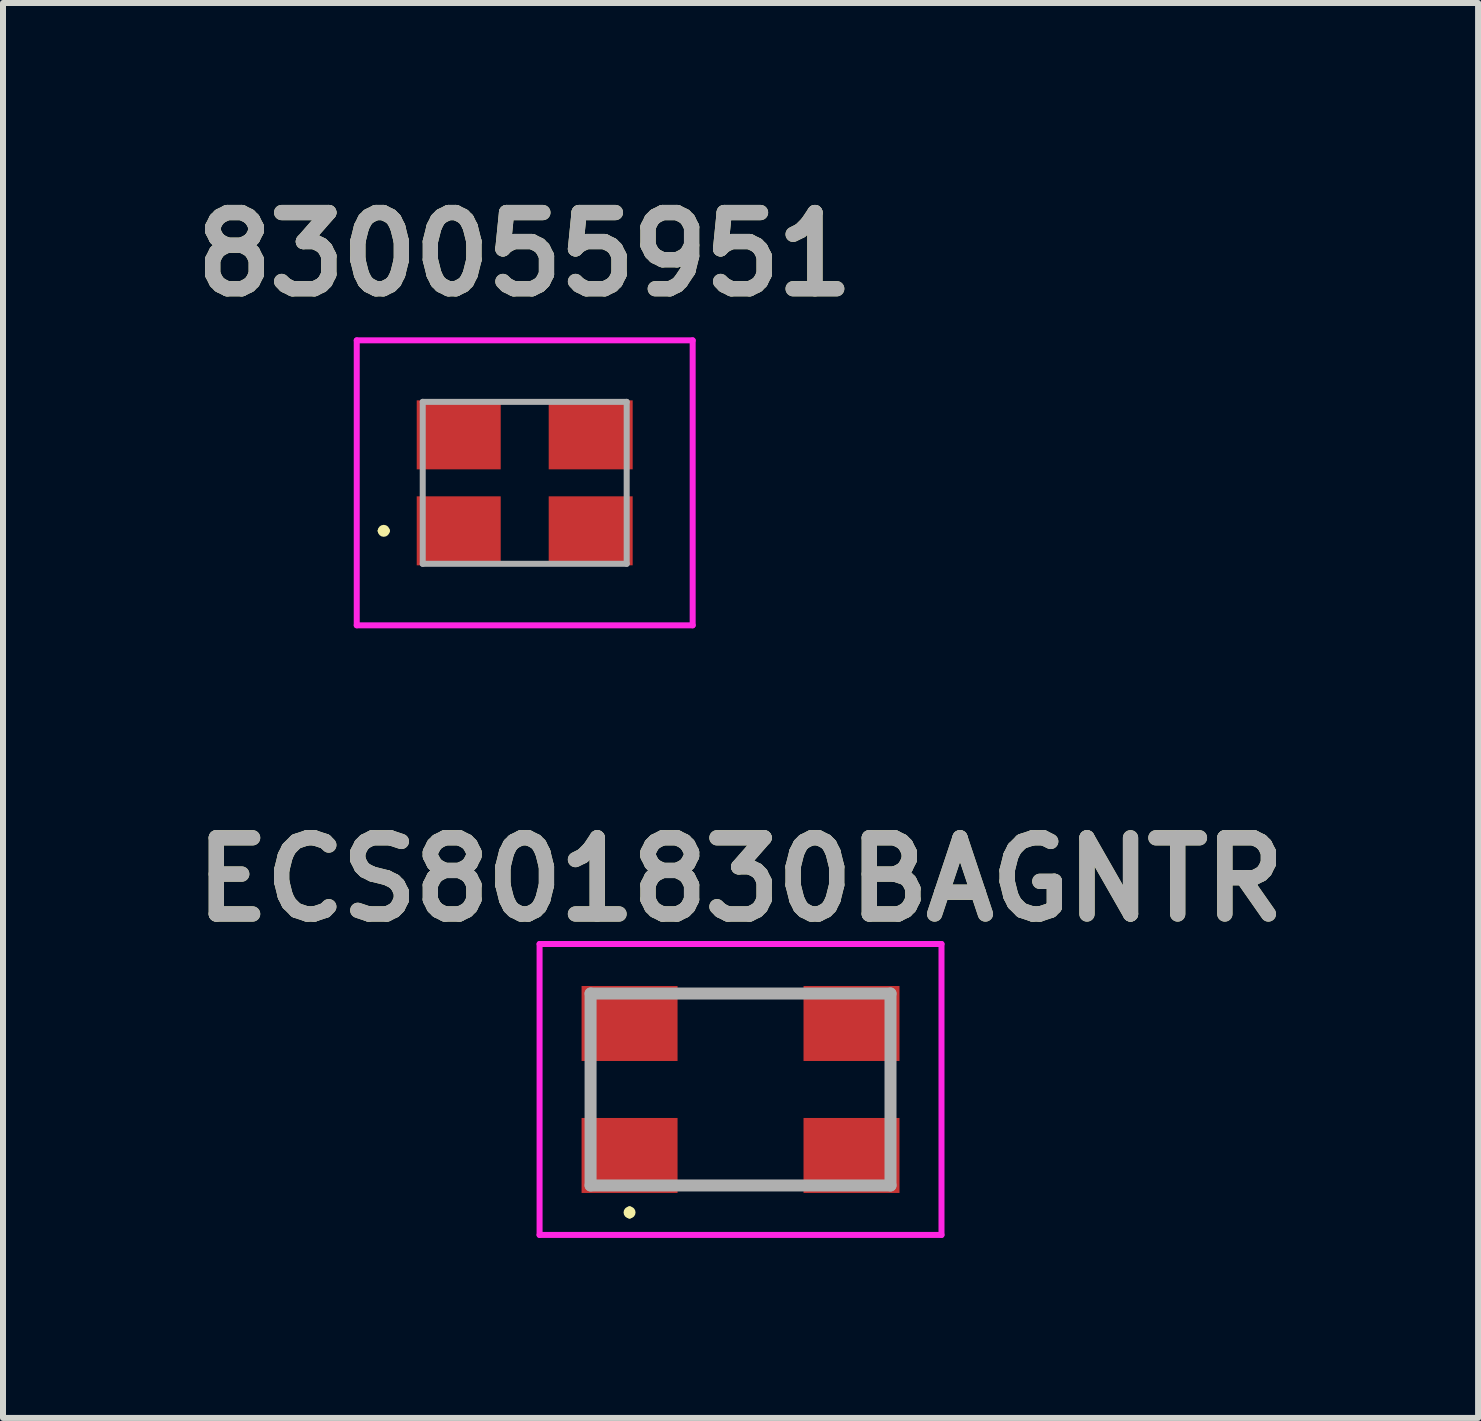
<source format=kicad_pcb>
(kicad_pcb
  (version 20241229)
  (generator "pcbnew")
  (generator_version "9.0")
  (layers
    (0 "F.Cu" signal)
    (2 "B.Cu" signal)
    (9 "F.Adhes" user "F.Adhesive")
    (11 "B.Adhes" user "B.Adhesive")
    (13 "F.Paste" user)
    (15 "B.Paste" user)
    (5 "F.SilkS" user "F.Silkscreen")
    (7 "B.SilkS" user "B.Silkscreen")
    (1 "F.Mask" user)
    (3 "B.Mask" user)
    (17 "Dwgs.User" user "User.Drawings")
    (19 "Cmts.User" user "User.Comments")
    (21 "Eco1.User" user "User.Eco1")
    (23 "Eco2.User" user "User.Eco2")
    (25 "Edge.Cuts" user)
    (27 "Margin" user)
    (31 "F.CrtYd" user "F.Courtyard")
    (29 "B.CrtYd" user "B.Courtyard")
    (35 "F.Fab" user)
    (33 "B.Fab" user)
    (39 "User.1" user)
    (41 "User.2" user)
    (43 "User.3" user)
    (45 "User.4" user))
  (footprint "830055951"
    (layer "F.Cu")
    (at 5.697 4.999)
    (property "Reference" "830055951" (at 0 -3.81 0) (layer "F.SilkS") (effects (font (size 1.27 1.27) (thickness 0.254))))
    (attr smd)
    (fp_line (start -2.4 0.8) (end -2.4 0.8) (stroke (width 0.1) (type solid)) (layer "F.SilkS"))
    (fp_line (start -2.3 0.8) (end -2.3 0.8) (stroke (width 0.1) (type solid)) (layer "F.SilkS"))
    (fp_arc (start -2.4 0.8) (mid -2.35 0.75) (end -2.3 0.8) (stroke (width 0.1) (type solid)) (layer "F.SilkS"))
    (fp_arc (start -2.3 0.8) (mid -2.35 0.85) (end -2.4 0.8) (stroke (width 0.1) (type solid)) (layer "F.SilkS"))
    (fp_line (start -2.8 -2.375) (end -2.8 2.375) (stroke (width 0.1) (type solid)) (layer "F.CrtYd"))
    (fp_line (start -2.8 2.375) (end 2.8 2.375) (stroke (width 0.1) (type solid)) (layer "F.CrtYd"))
    (fp_line (start 2.8 -2.375) (end -2.8 -2.375) (stroke (width 0.1) (type solid)) (layer "F.CrtYd"))
    (fp_line (start 2.8 2.375) (end 2.8 -2.375) (stroke (width 0.1) (type solid)) (layer "F.CrtYd"))
    (fp_line (start -1.7 -1.35) (end 1.7 -1.35) (stroke (width 0.1) (type solid)) (layer "F.Fab"))
    (fp_line (start -1.7 1.35) (end -1.7 -1.35) (stroke (width 0.1) (type solid)) (layer "F.Fab"))
    (fp_line (start 1.7 -1.35) (end 1.7 1.35) (stroke (width 0.1) (type solid)) (layer "F.Fab"))
    (fp_line (start 1.7 1.35) (end -1.7 1.35) (stroke (width 0.1) (type solid)) (layer "F.Fab"))
    (fp_text user "${REFERENCE}" (at 0 -3.81 0) (layer "F.Fab") (effects (font (size 1.27 1.27) (thickness 0.254))))
    (pad "1" smd rect (at -1.1 0.8 90) (size 1.15 1.4) (layers "F.Cu" "F.Mask" "F.Paste"))
    (pad "2" smd rect (at 1.1 0.8 90) (size 1.15 1.4) (layers "F.Cu" "F.Mask" "F.Paste"))
    (pad "3" smd rect (at 1.1 -0.8 90) (size 1.15 1.4) (layers "F.Cu" "F.Mask" "F.Paste"))
    (pad "4" smd rect (at -1.1 -0.8 90) (size 1.15 1.4) (layers "F.Cu" "F.Mask" "F.Paste")))
  (footprint "ECS801830BAGNTR"
    (layer "F.Cu")
    (at 9.295 15.112)
    (property "Reference" "ECS801830BAGNTR" (at 0 -3.5 0) (layer "F.SilkS") (effects (font (size 1.27 1.27) (thickness 0.254))))
    (attr smd)
    (fp_line (start -1.85 2) (end -1.85 2) (stroke (width 0.1) (type solid)) (layer "F.SilkS"))
    (fp_line (start -1.85 2.1) (end -1.85 2.1) (stroke (width 0.1) (type solid)) (layer "F.SilkS"))
    (fp_line (start -0.5 -1.6) (end 0.5 -1.6) (stroke (width 0.1) (type solid)) (layer "F.SilkS"))
    (fp_line (start -0.5 1.6) (end 0.5 1.6) (stroke (width 0.1) (type solid)) (layer "F.SilkS"))
    (fp_arc (start -1.85 2) (mid -1.8 2.05) (end -1.85 2.1) (stroke (width 0.1) (type solid)) (layer "F.SilkS"))
    (fp_arc (start -1.85 2.1) (mid -1.9 2.05) (end -1.85 2) (stroke (width 0.1) (type solid)) (layer "F.SilkS"))
    (fp_line (start -3.35 -2.425) (end 3.35 -2.425) (stroke (width 0.1) (type solid)) (layer "F.CrtYd"))
    (fp_line (start -3.35 2.425) (end -3.35 -2.425) (stroke (width 0.1) (type solid)) (layer "F.CrtYd"))
    (fp_line (start 3.35 -2.425) (end 3.35 2.425) (stroke (width 0.1) (type solid)) (layer "F.CrtYd"))
    (fp_line (start 3.35 2.425) (end -3.35 2.425) (stroke (width 0.1) (type solid)) (layer "F.CrtYd"))
    (fp_line (start -2.5 -1.6) (end 2.5 -1.6) (stroke (width 0.2) (type solid)) (layer "F.Fab"))
    (fp_line (start -2.5 1.6) (end -2.5 -1.6) (stroke (width 0.2) (type solid)) (layer "F.Fab"))
    (fp_line (start 2.5 -1.6) (end 2.5 1.6) (stroke (width 0.2) (type solid)) (layer "F.Fab"))
    (fp_line (start 2.5 1.6) (end -2.5 1.6) (stroke (width 0.2) (type solid)) (layer "F.Fab"))
    (fp_text user "${REFERENCE}" (at 0 -3.5 0) (layer "F.Fab") (effects (font (size 1.27 1.27) (thickness 0.254))))
    (pad "1" smd rect (at -1.85 1.1 90) (size 1.25 1.6) (layers "F.Cu" "F.Mask" "F.Paste"))
    (pad "2" smd rect (at 1.85 1.1 90) (size 1.25 1.6) (layers "F.Cu" "F.Mask" "F.Paste"))
    (pad "3" smd rect (at 1.85 -1.1 90) (size 1.25 1.6) (layers "F.Cu" "F.Mask" "F.Paste"))
    (pad "4" smd rect (at -1.85 -1.1 90) (size 1.25 1.6) (layers "F.Cu" "F.Mask" "F.Paste")))
  (gr_rect
    (start -3 -3)
    (end 21.59 20.587)
    (stroke (width 0.1) (type default))
    (fill no)
    (layer "Edge.Cuts")))
</source>
